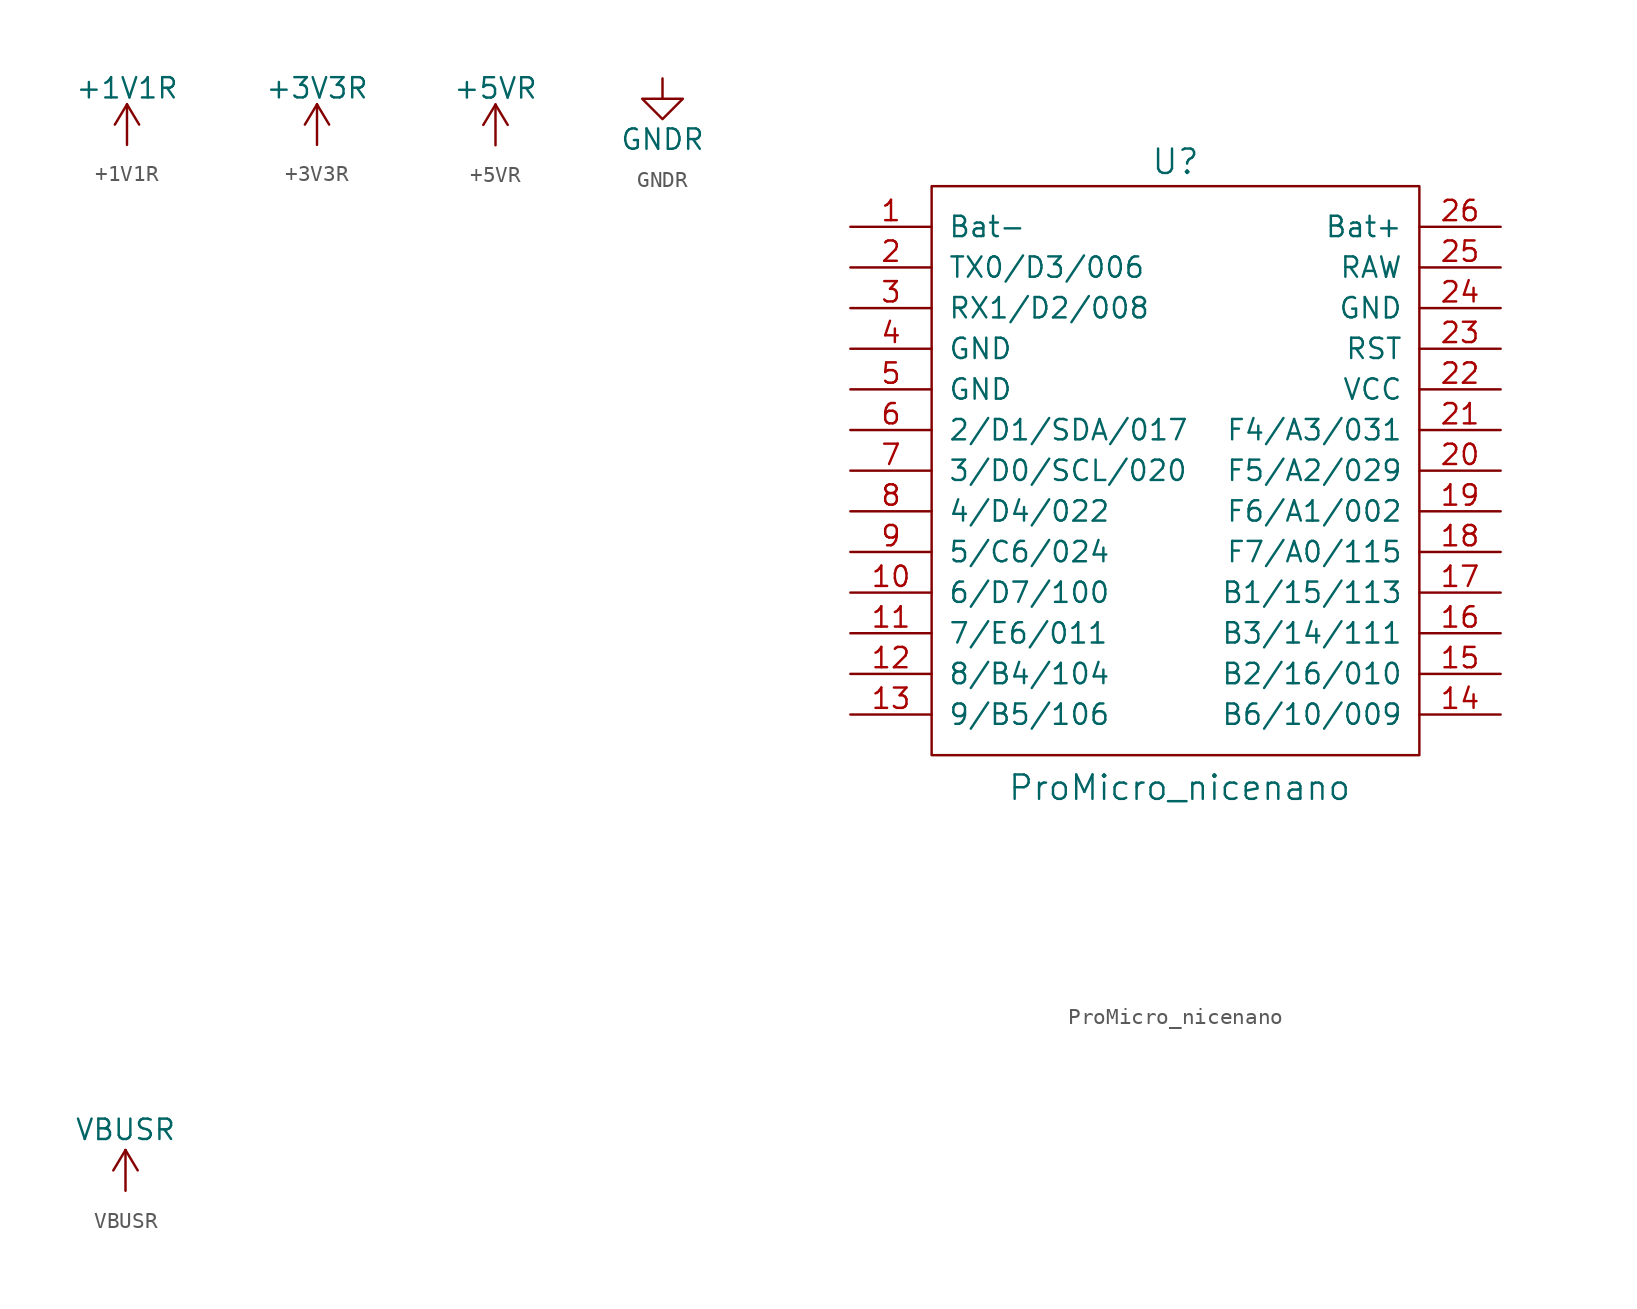
<source format=kicad_sym>
(kicad_symbol_lib
  (version 20241209)
  (generator "kicad_symbol_editor")
  (generator_version "9.0")
  (symbol "+1V1R"
    (power)
    (pin_names
      (offset 0))
    (property "Reference" "#PWR"
      (at 0 -3.81 0)
      (effects (font (size 1.27 1.27)) (hide yes)))
    (property "Value" "+1V1R"
      (at 0 3.556 0)
      (effects (font (size 1.27 1.27))))
    (symbol "+1V1R_0_1"
      (polyline (pts (xy -0.762 1.27) (xy 0 2.54)) (stroke (width 0) (type default)) (fill (type none)))
      (polyline (pts (xy 0 2.54) (xy 0.762 1.27)) (stroke (width 0) (type default)) (fill (type none)))
      (polyline (pts (xy 0 0) (xy 0 2.54)) (stroke (width 0) (type default)) (fill (type none))))
    (symbol "+1V1R_1_1"
      (pin power_in line (at 0 0 90) (length 0) (hide yes) (name "+1V1R" (effects (font (size 1.27 1.27)))) (number "1" (effects (font (size 1.27 1.27)))))))
  (symbol "+3V3R"
    (power)
    (pin_names
      (offset 0))
    (property "Reference" "#PWR"
      (at 0 -3.81 0)
      (effects (font (size 1.27 1.27)) (hide yes)))
    (property "Value" "+3V3R"
      (at 0 3.556 0)
      (effects (font (size 1.27 1.27))))
    (symbol "+3V3R_0_1"
      (polyline (pts (xy -0.762 1.27) (xy 0 2.54)) (stroke (width 0) (type default)) (fill (type none)))
      (polyline (pts (xy 0 2.54) (xy 0.762 1.27)) (stroke (width 0) (type default)) (fill (type none)))
      (polyline (pts (xy 0 0) (xy 0 2.54)) (stroke (width 0) (type default)) (fill (type none))))
    (symbol "+3V3R_1_1"
      (pin power_in line (at 0 0 90) (length 0) (hide yes) (name "+3V3R" (effects (font (size 1.27 1.27)))) (number "1" (effects (font (size 1.27 1.27)))))))
  (symbol "+5VR"
    (power)
    (pin_names
      (offset 0))
    (property "Reference" "#PWR"
      (at 0 -3.81 0)
      (effects (font (size 1.27 1.27)) (hide yes)))
    (property "Value" "+5VR"
      (at 0 3.556 0)
      (effects (font (size 1.27 1.27))))
    (symbol "+5VR_0_1"
      (polyline (pts (xy -0.762 1.27) (xy 0 2.54)) (stroke (width 0) (type default)) (fill (type none)))
      (polyline (pts (xy 0 2.54) (xy 0.762 1.27)) (stroke (width 0) (type default)) (fill (type none)))
      (polyline (pts (xy 0 0) (xy 0 2.54)) (stroke (width 0) (type default)) (fill (type none))))
    (symbol "+5VR_1_1"
      (pin power_in line (at 0 0 90) (length 0) (hide yes) (name "+5VR" (effects (font (size 1.27 1.27)))) (number "1" (effects (font (size 1.27 1.27)))))))
  (symbol "GNDR"
    (power)
    (pin_names
      (offset 0))
    (property "Reference" "#PWR"
      (at 0 -6.35 0)
      (effects (font (size 1.27 1.27)) (hide yes)))
    (property "Value" "GNDR"
      (at 0 -3.81 0)
      (effects (font (size 1.27 1.27))))
    (symbol "GNDR_0_1"
      (polyline (pts (xy 0 0) (xy 0 -1.27) (xy 1.27 -1.27) (xy 0 -2.54) (xy -1.27 -1.27) (xy 0 -1.27)) (stroke (width 0) (type default)) (fill (type none))))
    (symbol "GNDR_1_1"
      (pin power_in line (at 0 0 270) (length 0) (hide yes) (name "GNDR" (effects (font (size 1.27 1.27)))) (number "1" (effects (font (size 1.27 1.27)))))))
  (symbol "ProMicro_nicenano"
    (pin_names
      (offset 1.016))
    (property "Reference" "U"
      (at 0 20.574 0)
      (effects (font (size 1.524 1.524))))
    (property "Value" "ProMicro_nicenano"
      (at 0.254 -18.542 0)
      (effects (font (size 1.524 1.524))))
    (property "Footprint" ""
      (at 2.54 -26.67 0)
      (effects (font (size 1.524 1.524))))
    (property "Datasheet" ""
      (at 2.54 -26.67 0)
      (effects (font (size 1.524 1.524))))
    (symbol "ProMicro_nicenano_0_1"
      (rectangle (start -15.24 19.05) (end 15.24 -16.51) (stroke (width 0) (type solid)) (fill (type none))))
    (symbol "ProMicro_nicenano_1_1"
      (pin bidirectional line (at -20.32 16.51 0) (length 5.08) (name "Bat-" (effects (font (size 1.27 1.27)))) (number "1" (effects (font (size 1.27 1.27)))))
      (pin bidirectional line (at -20.32 13.97 0) (length 5.08) (name "TX0/D3/006" (effects (font (size 1.27 1.27)))) (number "2" (effects (font (size 1.27 1.27)))))
      (pin bidirectional line (at -20.32 11.43 0) (length 5.08) (name "RX1/D2/008" (effects (font (size 1.27 1.27)))) (number "3" (effects (font (size 1.27 1.27)))))
      (pin power_in line (at -20.32 8.89 0) (length 5.08) (name "GND" (effects (font (size 1.27 1.27)))) (number "4" (effects (font (size 1.27 1.27)))))
      (pin power_in line (at -20.32 6.35 0) (length 5.08) (name "GND" (effects (font (size 1.27 1.27)))) (number "5" (effects (font (size 1.27 1.27)))))
      (pin bidirectional line (at -20.32 3.81 0) (length 5.08) (name "2/D1/SDA/017" (effects (font (size 1.27 1.27)))) (number "6" (effects (font (size 1.27 1.27)))))
      (pin bidirectional line (at -20.32 1.27 0) (length 5.08) (name "3/D0/SCL/020" (effects (font (size 1.27 1.27)))) (number "7" (effects (font (size 1.27 1.27)))))
      (pin bidirectional line (at -20.32 -1.27 0) (length 5.08) (name "4/D4/022" (effects (font (size 1.27 1.27)))) (number "8" (effects (font (size 1.27 1.27)))))
      (pin bidirectional line (at -20.32 -3.81 0) (length 5.08) (name "5/C6/024" (effects (font (size 1.27 1.27)))) (number "9" (effects (font (size 1.27 1.27)))))
      (pin bidirectional line (at -20.32 -6.35 0) (length 5.08) (name "6/D7/100" (effects (font (size 1.27 1.27)))) (number "10" (effects (font (size 1.27 1.27)))))
      (pin bidirectional line (at -20.32 -8.89 0) (length 5.08) (name "7/E6/011" (effects (font (size 1.27 1.27)))) (number "11" (effects (font (size 1.27 1.27)))))
      (pin bidirectional line (at -20.32 -11.43 0) (length 5.08) (name "8/B4/104" (effects (font (size 1.27 1.27)))) (number "12" (effects (font (size 1.27 1.27)))))
      (pin bidirectional line (at -20.32 -13.97 0) (length 5.08) (name "9/B5/106" (effects (font (size 1.27 1.27)))) (number "13" (effects (font (size 1.27 1.27)))))
      (pin power_out line (at 20.32 16.51 180) (length 5.08) (name "Bat+" (effects (font (size 1.27 1.27)))) (number "26" (effects (font (size 1.27 1.27)))))
      (pin power_out line (at 20.32 13.97 180) (length 5.08) (name "RAW" (effects (font (size 1.27 1.27)))) (number "25" (effects (font (size 1.27 1.27)))))
      (pin power_in line (at 20.32 11.43 180) (length 5.08) (name "GND" (effects (font (size 1.27 1.27)))) (number "24" (effects (font (size 1.27 1.27)))))
      (pin input line (at 20.32 8.89 180) (length 5.08) (name "RST" (effects (font (size 1.27 1.27)))) (number "23" (effects (font (size 1.27 1.27)))))
      (pin power_in line (at 20.32 6.35 180) (length 5.08) (name "VCC" (effects (font (size 1.27 1.27)))) (number "22" (effects (font (size 1.27 1.27)))))
      (pin bidirectional line (at 20.32 3.81 180) (length 5.08) (name "F4/A3/031" (effects (font (size 1.27 1.27)))) (number "21" (effects (font (size 1.27 1.27)))))
      (pin bidirectional line (at 20.32 1.27 180) (length 5.08) (name "F5/A2/029" (effects (font (size 1.27 1.27)))) (number "20" (effects (font (size 1.27 1.27)))))
      (pin bidirectional line (at 20.32 -1.27 180) (length 5.08) (name "F6/A1/002" (effects (font (size 1.27 1.27)))) (number "19" (effects (font (size 1.27 1.27)))))
      (pin bidirectional line (at 20.32 -3.81 180) (length 5.08) (name "F7/A0/115" (effects (font (size 1.27 1.27)))) (number "18" (effects (font (size 1.27 1.27)))))
      (pin bidirectional line (at 20.32 -6.35 180) (length 5.08) (name "B1/15/113" (effects (font (size 1.27 1.27)))) (number "17" (effects (font (size 1.27 1.27)))))
      (pin bidirectional line (at 20.32 -8.89 180) (length 5.08) (name "B3/14/111" (effects (font (size 1.27 1.27)))) (number "16" (effects (font (size 1.27 1.27)))))
      (pin bidirectional line (at 20.32 -11.43 180) (length 5.08) (name "B2/16/010" (effects (font (size 1.27 1.27)))) (number "15" (effects (font (size 1.27 1.27)))))
      (pin bidirectional line (at 20.32 -13.97 180) (length 5.08) (name "B6/10/009" (effects (font (size 1.27 1.27)))) (number "14" (effects (font (size 1.27 1.27)))))))
  (symbol "VBUSR"
    (power)
    (pin_names
      (offset 0))
    (property "Reference" "#PWR"
      (at 0 -3.81 0)
      (effects (font (size 1.27 1.27)) (hide yes)))
    (property "Value" "VBUSR"
      (at 0 3.81 0)
      (effects (font (size 1.27 1.27))))
    (symbol "VBUSR_0_1"
      (polyline (pts (xy -0.762 1.27) (xy 0 2.54)) (stroke (width 0) (type default)) (fill (type none)))
      (polyline (pts (xy 0 2.54) (xy 0.762 1.27)) (stroke (width 0) (type default)) (fill (type none)))
      (polyline (pts (xy 0 0) (xy 0 2.54)) (stroke (width 0) (type default)) (fill (type none))))
    (symbol "VBUSR_1_1"
      (pin power_in line (at 0 0 90) (length 0) (hide yes) (name "VBUSR" (effects (font (size 1.27 1.27)))) (number "1" (effects (font (size 1.27 1.27))))))))
</source>
